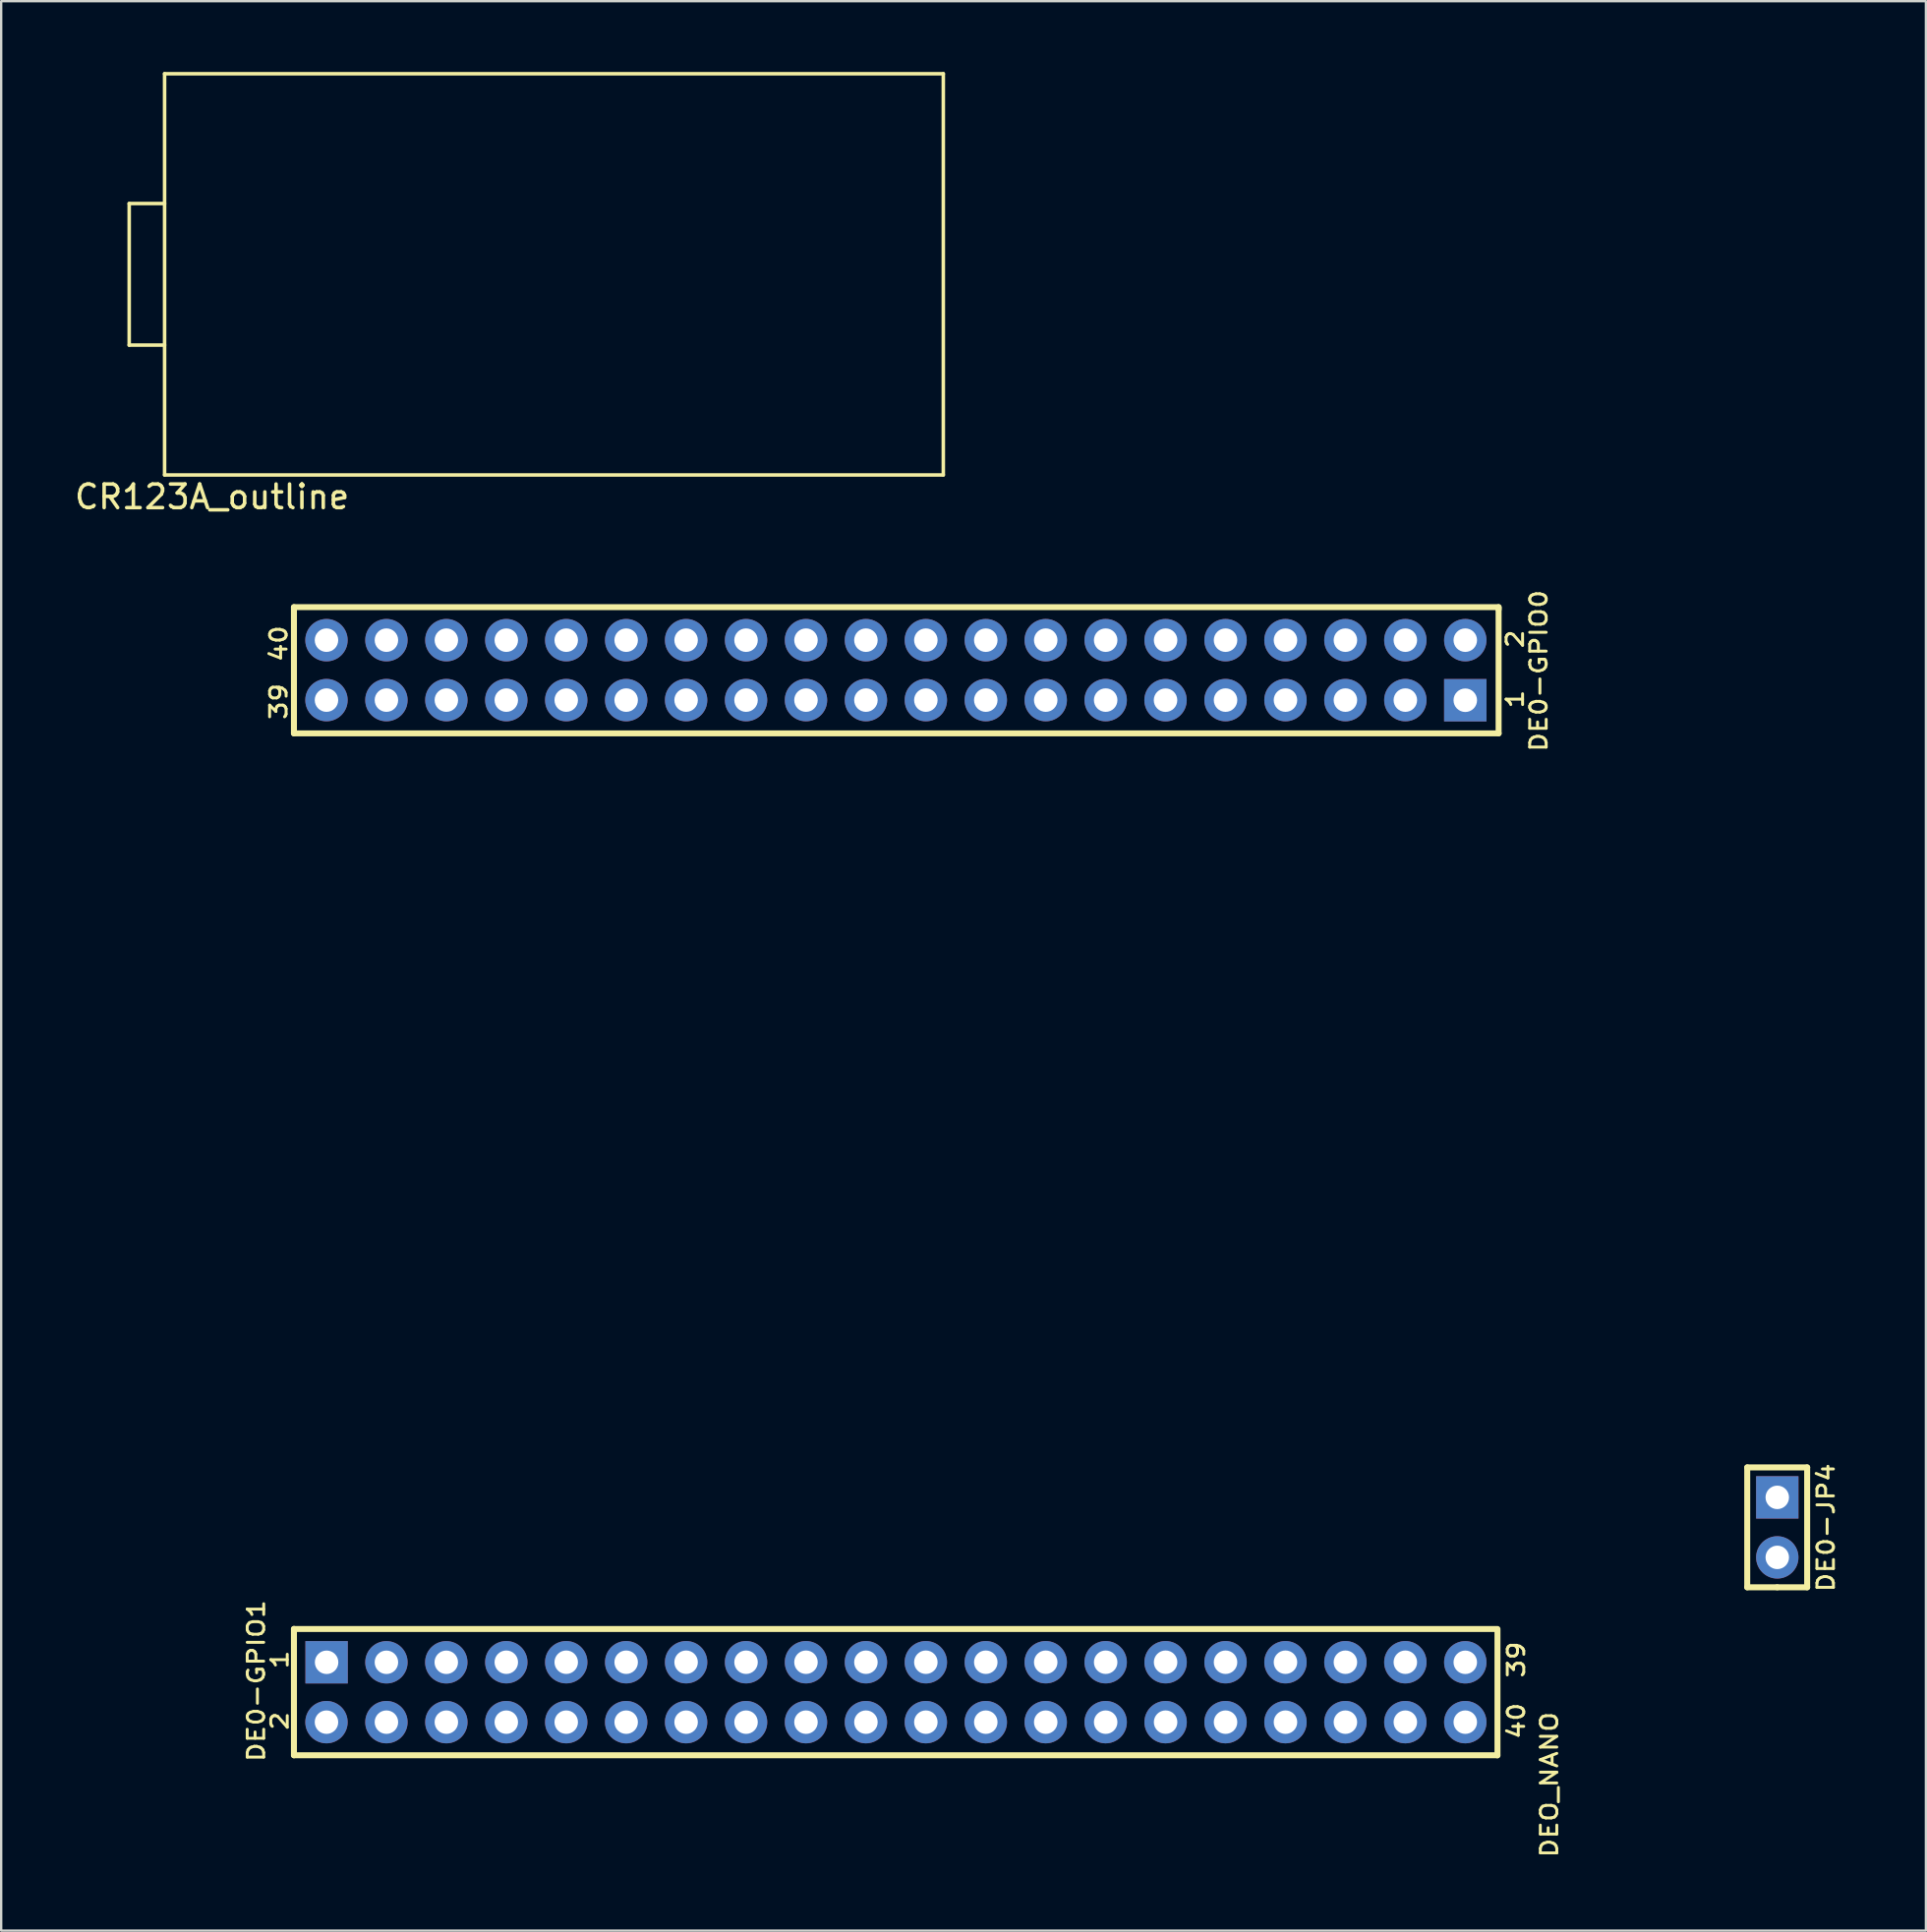
<source format=kicad_pcb>
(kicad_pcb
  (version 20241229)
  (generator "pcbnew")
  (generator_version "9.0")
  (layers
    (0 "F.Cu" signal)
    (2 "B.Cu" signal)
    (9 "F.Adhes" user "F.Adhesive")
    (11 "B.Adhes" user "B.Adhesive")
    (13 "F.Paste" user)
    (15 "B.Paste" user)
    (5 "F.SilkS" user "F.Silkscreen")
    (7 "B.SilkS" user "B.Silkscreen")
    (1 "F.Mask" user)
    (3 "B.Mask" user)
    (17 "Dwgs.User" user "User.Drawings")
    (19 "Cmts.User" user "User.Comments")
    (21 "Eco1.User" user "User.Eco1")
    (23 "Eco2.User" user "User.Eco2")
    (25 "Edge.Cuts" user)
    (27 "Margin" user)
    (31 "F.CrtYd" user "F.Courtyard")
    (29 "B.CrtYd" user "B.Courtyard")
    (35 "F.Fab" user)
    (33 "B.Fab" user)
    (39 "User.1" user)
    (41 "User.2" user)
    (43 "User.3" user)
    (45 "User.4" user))
  (footprint "CR123A_outline"
    (layer "F.Cu")
    (at 19.675 8.575)
    (property "Reference" "CR123A_outline" (at -13.74 9.43 0) (layer "F.SilkS") (effects (font (size 1 1) (thickness 0.15))))
    (attr through_hole)
    (fp_line (start -17.25 -3) (end -17.25 3) (stroke (width 0.15) (type solid)) (layer "F.SilkS"))
    (fp_line (start -17.25 -3) (end -15.75 -3) (stroke (width 0.15) (type solid)) (layer "F.SilkS"))
    (fp_line (start -17.25 3) (end -15.75 3) (stroke (width 0.15) (type solid)) (layer "F.SilkS"))
    (fp_line (start -15.75 -8.5) (end -15.75 8.5) (stroke (width 0.15) (type solid)) (layer "F.SilkS"))
    (fp_line (start -15.75 -8.5) (end 17.25 -8.5) (stroke (width 0.15) (type solid)) (layer "F.SilkS"))
    (fp_line (start -15.75 8.5) (end 17.25 8.5) (stroke (width 0.15) (type solid)) (layer "F.SilkS"))
    (fp_line (start 17.25 -8.5) (end 17.25 8.5) (stroke (width 0.15) (type solid)) (layer "F.SilkS")))
  (footprint "DEO_NANO"
    (layer "F.Cu")
    (at 75.306 71.578)
    (property "Reference" "DEO_NANO" (at -12.7 1.001 90) (layer "F.SilkS") (effects (font (size 0.699 0.798) (thickness 0.124))))
    (attr smd)
    (fp_line (start -65.9 -48.9) (end -65.9 -43.551) (stroke (width 0.254) (type solid)) (layer "F.SilkS"))
    (fp_line (start -65.9 -48.9) (end -14.849 -48.9) (stroke (width 0.254) (type solid)) (layer "F.SilkS"))
    (fp_line (start -65.9 -43.551) (end -14.849 -43.551) (stroke (width 0.254) (type solid)) (layer "F.SilkS"))
    (fp_line (start -65.9 -5.601) (end -65.9 -0.249) (stroke (width 0.254) (type solid)) (layer "F.SilkS"))
    (fp_line (start -65.9 -5.598) (end -14.897 -5.598) (stroke (width 0.254) (type solid)) (layer "F.SilkS"))
    (fp_line (start -14.9 -0.249) (end -65.9 -0.249) (stroke (width 0.254) (type solid)) (layer "F.SilkS"))
    (fp_line (start -14.897 -0.246) (end -14.897 -5.55) (stroke (width 0.254) (type solid)) (layer "F.SilkS"))
    (fp_line (start -14.849 -48.9) (end -14.849 -48.801) (stroke (width 0.254) (type solid)) (layer "F.SilkS"))
    (fp_line (start -14.849 -48.849) (end -14.849 -43.551) (stroke (width 0.254) (type solid)) (layer "F.SilkS"))
    (fp_line (start -4.313 -12.446) (end -4.313 -7.366) (stroke (width 0.254) (type solid)) (layer "F.SilkS"))
    (fp_line (start -4.313 -7.366) (end -3.043 -7.366) (stroke (width 0.254) (type solid)) (layer "F.SilkS"))
    (fp_line (start -3.043 -7.366) (end -1.773 -7.366) (stroke (width 0.254) (type solid)) (layer "F.SilkS"))
    (fp_line (start -1.773 -12.446) (end -4.313 -12.446) (stroke (width 0.254) (type solid)) (layer "F.SilkS"))
    (fp_line (start -1.773 -7.366) (end -1.773 -12.446) (stroke (width 0.254) (type solid)) (layer "F.SilkS"))
    (fp_line (start -75.179 0) (end -75.179 -49.022) (stroke (width 0.254) (type solid)) (layer "Eco1.User"))
    (fp_line (start -75.176 -49.04) (end 0 -49.027) (stroke (width 0.254) (type solid)) (layer "Eco1.User"))
    (fp_line (start -75.169 0) (end 0 0) (stroke (width 0.254) (type solid)) (layer "Eco1.User"))
    (fp_line (start 0 0) (end 0 -49.027) (stroke (width 0.254) (type solid)) (layer "Eco1.User"))
    (fp_circle (center -71.877 -45.72) (end -70.277 -45.72) (stroke (width 0.254) (type solid)) (fill no) (layer "Eco1.User"))
    (fp_circle (center -71.877 -45.72) (end -68.702 -45.72) (stroke (width 0.254) (type solid)) (fill no) (layer "Eco1.User"))
    (fp_circle (center -71.877 -3.302) (end -70.277 -3.302) (stroke (width 0.254) (type solid)) (fill no) (layer "Eco1.User"))
    (fp_circle (center -71.877 -3.302) (end -68.702 -3.302) (stroke (width 0.254) (type solid)) (fill no) (layer "Eco1.User"))
    (fp_circle (center -4.29 -25.763) (end -3.691 -25.763) (stroke (width 0.254) (type solid)) (fill no) (layer "Eco1.User"))
    (fp_circle (center -4.288 -28.811) (end -3.688 -28.811) (stroke (width 0.254) (type solid)) (fill no) (layer "Eco1.User"))
    (fp_circle (center -3.043 -45.72) (end -1.443 -45.72) (stroke (width 0.254) (type solid)) (fill no) (layer "Eco1.User"))
    (fp_circle (center -3.043 -45.72) (end 0.132 -45.72) (stroke (width 0.254) (type solid)) (fill no) (layer "Eco1.User"))
    (fp_circle (center -3.043 -3.302) (end -1.443 -3.302) (stroke (width 0.254) (type solid)) (fill no) (layer "Eco1.User"))
    (fp_circle (center -3.043 -3.302) (end 0.132 -3.302) (stroke (width 0.254) (type solid)) (fill no) (layer "Eco1.User"))
    (fp_circle (center -1.75 -28.811) (end -1.151 -28.811) (stroke (width 0.254) (type solid)) (fill no) (layer "Eco1.User"))
    (fp_circle (center -1.745 -25.761) (end -1.146 -25.761) (stroke (width 0.254) (type solid)) (fill no) (layer "Eco1.User"))
    (fp_text user "39" (at -14.1 -4.3 90) (layer "F.SilkS") (effects (font (size 0.699 0.798) (thickness 0.124))))
    (fp_text user "2" (at -14.15 -47.551 90) (layer "F.SilkS") (effects (font (size 0.699 0.798) (thickness 0.124))))
    (fp_text user "39" (at -66.548 -44.9 90) (layer "F.SilkS") (effects (font (size 0.699 0.798) (thickness 0.124))))
    (fp_text user "DE0-GPIO0" (at -13.15 -46.2 90) (layer "F.SilkS") (effects (font (size 0.699 0.798) (thickness 0.124))))
    (fp_text user "1" (at -14.15 -45.001 90) (layer "F.SilkS") (effects (font (size 0.699 0.798) (thickness 0.124))))
    (fp_text user "40" (at -66.548 -47.351 90) (layer "F.SilkS") (effects (font (size 0.699 0.798) (thickness 0.124))))
    (fp_text user "2" (at -66.5 -1.702 90) (layer "F.SilkS") (effects (font (size 0.699 0.798) (thickness 0.124))))
    (fp_text user "40" (at -14.1 -1.702 90) (layer "F.SilkS") (effects (font (size 0.699 0.798) (thickness 0.124))))
    (fp_text user "1" (at -66.5 -4.3 90) (layer "F.SilkS") (effects (font (size 0.699 0.798) (thickness 0.124))))
    (fp_text user "DE0-GPIO1" (at -67.498 -3.401 90) (layer "F.SilkS") (effects (font (size 0.699 0.798) (thickness 0.124))))
    (fp_text user "DE0-JP4" (at -0.978 -9.891 90) (layer "F.SilkS") (effects (font (size 0.699 0.798) (thickness 0.124))))
    (pad "0_1" thru_hole rect (at -16.261 -44.955) (size 1.796 1.796) (drill 0.996) (layers "*.Cu" "*.Paste" "*.Mask"))
    (pad "0_2" thru_hole circle (at -16.261 -47.501) (size 1.796 1.796) (drill 0.996) (layers "*.Cu" "*.Paste" "*.Mask"))
    (pad "0_3" thru_hole circle (at -18.801 -44.961) (size 1.796 1.796) (drill 0.996) (layers "*.Cu" "*.Paste" "*.Mask"))
    (pad "0_4" thru_hole circle (at -18.801 -47.501) (size 1.796 1.796) (drill 0.996) (layers "*.Cu" "*.Paste" "*.Mask"))
    (pad "0_5" thru_hole circle (at -21.341 -44.961) (size 1.796 1.796) (drill 0.996) (layers "*.Cu" "*.Paste" "*.Mask"))
    (pad "0_6" thru_hole circle (at -21.341 -47.501) (size 1.796 1.796) (drill 0.996) (layers "*.Cu" "*.Paste" "*.Mask"))
    (pad "0_7" thru_hole circle (at -23.881 -44.961) (size 1.796 1.796) (drill 0.996) (layers "*.Cu" "*.Paste" "*.Mask"))
    (pad "0_8" thru_hole circle (at -23.881 -47.501) (size 1.796 1.796) (drill 0.996) (layers "*.Cu" "*.Paste" "*.Mask"))
    (pad "0_9" thru_hole circle (at -26.421 -44.961) (size 1.796 1.796) (drill 0.996) (layers "*.Cu" "*.Paste" "*.Mask"))
    (pad "0_10" thru_hole circle (at -26.421 -47.501) (size 1.796 1.796) (drill 0.996) (layers "*.Cu" "*.Paste" "*.Mask"))
    (pad "0_11" thru_hole circle (at -28.964 -44.958) (size 1.796 1.796) (drill 0.996) (layers "*.Cu" "*.Paste" "*.Mask"))
    (pad "0_12" thru_hole circle (at -28.961 -47.501) (size 1.796 1.796) (drill 0.996) (layers "*.Cu" "*.Paste" "*.Mask"))
    (pad "0_13" thru_hole circle (at -31.501 -44.961) (size 1.796 1.796) (drill 0.996) (layers "*.Cu" "*.Paste" "*.Mask"))
    (pad "0_14" thru_hole circle (at -31.501 -47.501) (size 1.796 1.796) (drill 0.996) (layers "*.Cu" "*.Paste" "*.Mask"))
    (pad "0_15" thru_hole circle (at -34.041 -44.961) (size 1.796 1.796) (drill 0.996) (layers "*.Cu" "*.Paste" "*.Mask"))
    (pad "0_16" thru_hole circle (at -34.041 -47.501) (size 1.796 1.796) (drill 0.996) (layers "*.Cu" "*.Paste" "*.Mask"))
    (pad "0_17" thru_hole circle (at -36.581 -44.961) (size 1.796 1.796) (drill 0.996) (layers "*.Cu" "*.Paste" "*.Mask"))
    (pad "0_18" thru_hole circle (at -36.581 -47.501) (size 1.796 1.796) (drill 0.996) (layers "*.Cu" "*.Paste" "*.Mask"))
    (pad "0_19" thru_hole circle (at -39.121 -44.961) (size 1.796 1.796) (drill 0.996) (layers "*.Cu" "*.Paste" "*.Mask"))
    (pad "0_20" thru_hole circle (at -39.121 -47.501) (size 1.796 1.796) (drill 0.996) (layers "*.Cu" "*.Paste" "*.Mask"))
    (pad "0_21" thru_hole circle (at -41.661 -44.961) (size 1.796 1.796) (drill 0.996) (layers "*.Cu" "*.Paste" "*.Mask"))
    (pad "0_22" thru_hole circle (at -41.661 -47.501) (size 1.796 1.796) (drill 0.996) (layers "*.Cu" "*.Paste" "*.Mask"))
    (pad "0_23" thru_hole circle (at -44.201 -44.961) (size 1.796 1.796) (drill 0.996) (layers "*.Cu" "*.Paste" "*.Mask"))
    (pad "0_24" thru_hole circle (at -44.201 -47.501) (size 1.796 1.796) (drill 0.996) (layers "*.Cu" "*.Paste" "*.Mask"))
    (pad "0_25" thru_hole circle (at -46.741 -44.961) (size 1.796 1.796) (drill 0.996) (layers "*.Cu" "*.Paste" "*.Mask"))
    (pad "0_26" thru_hole circle (at -46.741 -47.501) (size 1.796 1.796) (drill 0.996) (layers "*.Cu" "*.Paste" "*.Mask"))
    (pad "0_27" thru_hole circle (at -49.281 -44.961) (size 1.796 1.796) (drill 0.996) (layers "*.Cu" "*.Paste" "*.Mask"))
    (pad "0_28" thru_hole circle (at -49.281 -47.501) (size 1.796 1.796) (drill 0.996) (layers "*.Cu" "*.Paste" "*.Mask"))
    (pad "0_29" thru_hole circle (at -51.821 -44.961) (size 1.796 1.796) (drill 0.996) (layers "*.Cu" "*.Paste" "*.Mask"))
    (pad "0_30" thru_hole circle (at -51.821 -47.501) (size 1.796 1.796) (drill 0.996) (layers "*.Cu" "*.Paste" "*.Mask"))
    (pad "0_31" thru_hole circle (at -54.361 -44.961) (size 1.796 1.796) (drill 0.996) (layers "*.Cu" "*.Paste" "*.Mask"))
    (pad "0_32" thru_hole circle (at -54.361 -47.501) (size 1.796 1.796) (drill 0.996) (layers "*.Cu" "*.Paste" "*.Mask"))
    (pad "0_33" thru_hole circle (at -56.901 -44.961) (size 1.796 1.796) (drill 0.996) (layers "*.Cu" "*.Paste" "*.Mask"))
    (pad "0_34" thru_hole circle (at -56.901 -47.501) (size 1.796 1.796) (drill 0.996) (layers "*.Cu" "*.Paste" "*.Mask"))
    (pad "0_35" thru_hole circle (at -59.441 -44.961) (size 1.796 1.796) (drill 0.996) (layers "*.Cu" "*.Paste" "*.Mask"))
    (pad "0_36" thru_hole circle (at -59.441 -47.501) (size 1.796 1.796) (drill 0.996) (layers "*.Cu" "*.Paste" "*.Mask"))
    (pad "0_37" thru_hole circle (at -61.981 -44.961) (size 1.796 1.796) (drill 0.996) (layers "*.Cu" "*.Paste" "*.Mask"))
    (pad "0_38" thru_hole circle (at -61.981 -47.501) (size 1.796 1.796) (drill 0.996) (layers "*.Cu" "*.Paste" "*.Mask"))
    (pad "0_39" thru_hole circle (at -64.521 -44.961) (size 1.796 1.796) (drill 0.996) (layers "*.Cu" "*.Paste" "*.Mask"))
    (pad "0_40" thru_hole circle (at -64.521 -47.501) (size 1.796 1.796) (drill 0.996) (layers "*.Cu" "*.Paste" "*.Mask"))
    (pad "1_1" thru_hole rect (at -64.516 -4.188) (size 1.796 1.796) (drill 0.996) (layers "*.Cu" "*.Paste" "*.Mask"))
    (pad "1_2" thru_hole circle (at -64.521 -1.651) (size 1.796 1.796) (drill 0.996) (layers "*.Cu" "*.Paste" "*.Mask"))
    (pad "1_3" thru_hole circle (at -61.981 -4.188) (size 1.796 1.796) (drill 0.996) (layers "*.Cu" "*.Paste" "*.Mask"))
    (pad "1_4" thru_hole circle (at -61.981 -1.651) (size 1.796 1.796) (drill 0.996) (layers "*.Cu" "*.Paste" "*.Mask"))
    (pad "1_5" thru_hole circle (at -59.444 -4.188) (size 1.796 1.796) (drill 0.996) (layers "*.Cu" "*.Paste" "*.Mask"))
    (pad "1_6" thru_hole circle (at -59.441 -1.651) (size 1.796 1.796) (drill 0.996) (layers "*.Cu" "*.Paste" "*.Mask"))
    (pad "1_7" thru_hole circle (at -56.901 -4.191) (size 1.796 1.796) (drill 0.996) (layers "*.Cu" "*.Paste" "*.Mask"))
    (pad "1_8" thru_hole circle (at -56.901 -1.651) (size 1.796 1.796) (drill 0.996) (layers "*.Cu" "*.Paste" "*.Mask"))
    (pad "1_9" thru_hole circle (at -54.361 -4.191) (size 1.796 1.796) (drill 0.996) (layers "*.Cu" "*.Paste" "*.Mask"))
    (pad "1_10" thru_hole circle (at -54.361 -1.651) (size 1.796 1.796) (drill 0.996) (layers "*.Cu" "*.Paste" "*.Mask"))
    (pad "1_11" thru_hole circle (at -51.821 -4.191) (size 1.796 1.796) (drill 0.996) (layers "*.Cu" "*.Paste" "*.Mask"))
    (pad "1_12" thru_hole circle (at -51.821 -1.651) (size 1.796 1.796) (drill 0.996) (layers "*.Cu" "*.Paste" "*.Mask"))
    (pad "1_13" thru_hole circle (at -49.281 -4.191) (size 1.796 1.796) (drill 0.996) (layers "*.Cu" "*.Paste" "*.Mask"))
    (pad "1_14" thru_hole circle (at -49.281 -1.651) (size 1.796 1.796) (drill 0.996) (layers "*.Cu" "*.Paste" "*.Mask"))
    (pad "1_15" thru_hole circle (at -46.741 -4.191) (size 1.796 1.796) (drill 0.996) (layers "*.Cu" "*.Paste" "*.Mask"))
    (pad "1_16" thru_hole circle (at -46.741 -1.651) (size 1.796 1.796) (drill 0.996) (layers "*.Cu" "*.Paste" "*.Mask"))
    (pad "1_17" thru_hole circle (at -44.201 -4.191) (size 1.796 1.796) (drill 0.996) (layers "*.Cu" "*.Paste" "*.Mask"))
    (pad "1_18" thru_hole circle (at -44.201 -1.651) (size 1.796 1.796) (drill 0.996) (layers "*.Cu" "*.Paste" "*.Mask"))
    (pad "1_19" thru_hole circle (at -41.661 -4.191) (size 1.796 1.796) (drill 0.996) (layers "*.Cu" "*.Paste" "*.Mask"))
    (pad "1_20" thru_hole circle (at -41.661 -1.651) (size 1.796 1.796) (drill 0.996) (layers "*.Cu" "*.Paste" "*.Mask"))
    (pad "1_21" thru_hole circle (at -39.121 -4.191) (size 1.796 1.796) (drill 0.996) (layers "*.Cu" "*.Paste" "*.Mask"))
    (pad "1_22" thru_hole circle (at -39.121 -1.651) (size 1.796 1.796) (drill 0.996) (layers "*.Cu" "*.Paste" "*.Mask"))
    (pad "1_23" thru_hole circle (at -36.581 -4.191) (size 1.796 1.796) (drill 0.996) (layers "*.Cu" "*.Paste" "*.Mask"))
    (pad "1_24" thru_hole circle (at -36.581 -1.651) (size 1.796 1.796) (drill 0.996) (layers "*.Cu" "*.Paste" "*.Mask"))
    (pad "1_25" thru_hole circle (at -34.041 -4.191) (size 1.796 1.796) (drill 0.996) (layers "*.Cu" "*.Paste" "*.Mask"))
    (pad "1_26" thru_hole circle (at -34.041 -1.651) (size 1.796 1.796) (drill 0.996) (layers "*.Cu" "*.Paste" "*.Mask"))
    (pad "1_27" thru_hole circle (at -31.501 -4.191) (size 1.796 1.796) (drill 0.996) (layers "*.Cu" "*.Paste" "*.Mask"))
    (pad "1_28" thru_hole circle (at -31.501 -1.651) (size 1.796 1.796) (drill 0.996) (layers "*.Cu" "*.Paste" "*.Mask"))
    (pad "1_29" thru_hole circle (at -28.961 -4.191) (size 1.796 1.796) (drill 0.996) (layers "*.Cu" "*.Paste" "*.Mask"))
    (pad "1_30" thru_hole circle (at -28.961 -1.651) (size 1.796 1.796) (drill 0.996) (layers "*.Cu" "*.Paste" "*.Mask"))
    (pad "1_31" thru_hole circle (at -26.421 -4.191) (size 1.796 1.796) (drill 0.996) (layers "*.Cu" "*.Paste" "*.Mask"))
    (pad "1_32" thru_hole circle (at -26.421 -1.651) (size 1.796 1.796) (drill 0.996) (layers "*.Cu" "*.Paste" "*.Mask"))
    (pad "1_33" thru_hole circle (at -23.881 -4.191) (size 1.796 1.796) (drill 0.996) (layers "*.Cu" "*.Paste" "*.Mask"))
    (pad "1_34" thru_hole circle (at -23.881 -1.651) (size 1.796 1.796) (drill 0.996) (layers "*.Cu" "*.Paste" "*.Mask"))
    (pad "1_35" thru_hole circle (at -21.341 -4.191) (size 1.796 1.796) (drill 0.996) (layers "*.Cu" "*.Paste" "*.Mask"))
    (pad "1_36" thru_hole circle (at -21.341 -1.651) (size 1.796 1.796) (drill 0.996) (layers "*.Cu" "*.Paste" "*.Mask"))
    (pad "1_37" thru_hole circle (at -18.801 -4.191) (size 1.796 1.796) (drill 0.996) (layers "*.Cu" "*.Paste" "*.Mask"))
    (pad "1_38" thru_hole circle (at -18.801 -1.651) (size 1.796 1.796) (drill 0.996) (layers "*.Cu" "*.Paste" "*.Mask"))
    (pad "1_39" thru_hole circle (at -16.261 -4.188) (size 1.796 1.796) (drill 0.996) (layers "*.Cu" "*.Paste" "*.Mask"))
    (pad "1_40" thru_hole circle (at -16.261 -1.651) (size 1.796 1.796) (drill 0.996) (layers "*.Cu" "*.Paste" "*.Mask"))
    (pad "GND" thru_hole circle (at -3.04 -8.633) (size 1.796 1.796) (drill 0.996) (layers "*.Cu" "*.Paste" "*.Mask"))
    (pad "VCC" thru_hole rect (at -3.04 -11.176) (size 1.796 1.796) (drill 0.996) (layers "*.Cu" "*.Paste" "*.Mask")))
  (gr_rect
    (start -3 -3)
    (end 78.565 78.762)
    (stroke (width 0.1) (type default))
    (fill no)
    (layer "Edge.Cuts")))
</source>
